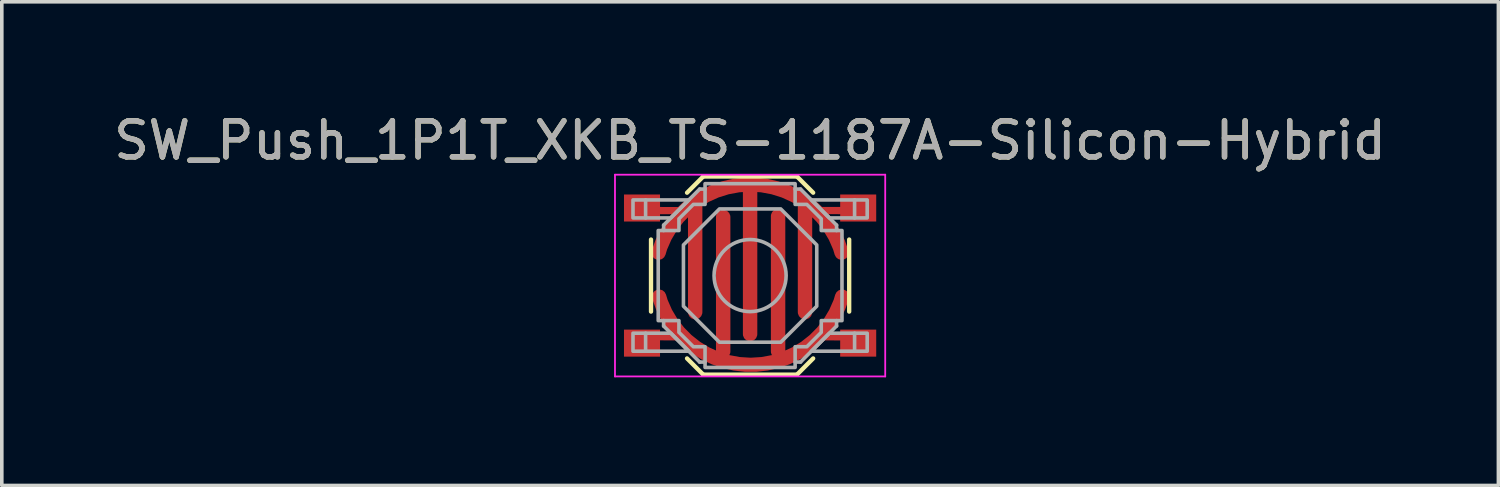
<source format=kicad_pcb>
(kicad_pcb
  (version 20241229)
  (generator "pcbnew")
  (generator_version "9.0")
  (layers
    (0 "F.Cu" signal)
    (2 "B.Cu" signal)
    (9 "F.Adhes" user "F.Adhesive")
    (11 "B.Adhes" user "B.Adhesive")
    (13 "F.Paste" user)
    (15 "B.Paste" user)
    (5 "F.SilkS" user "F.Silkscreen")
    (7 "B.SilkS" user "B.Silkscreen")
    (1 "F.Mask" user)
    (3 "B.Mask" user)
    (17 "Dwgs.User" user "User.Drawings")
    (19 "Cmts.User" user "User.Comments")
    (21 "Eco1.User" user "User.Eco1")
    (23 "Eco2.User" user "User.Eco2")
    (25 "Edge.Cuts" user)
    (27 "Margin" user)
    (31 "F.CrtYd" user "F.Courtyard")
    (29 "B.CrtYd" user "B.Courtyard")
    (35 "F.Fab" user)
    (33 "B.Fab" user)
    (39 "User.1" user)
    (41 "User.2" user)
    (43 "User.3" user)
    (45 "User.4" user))
  (footprint "SW_Push_1P1T_XKB_TS-1187A-Silicon-Hybrid"
    (layer "F.Cu")
    (at 17.768 4.598)
    (property "Reference" "SW_Push_1P1T_XKB_TS-1187A-Silicon-Hybrid" (at 0 -3.75 0) (layer "F.SilkS") (effects (font (size 1 1) (thickness 0.15))))
    (attr smd)
    (fp_line (start -2.75 -1) (end -2.75 1) (stroke (width 0.12) (type solid)) (layer "F.SilkS"))
    (fp_line (start -1.75 -2.3) (end -1.3 -2.75) (stroke (width 0.12) (type solid)) (layer "F.SilkS"))
    (fp_line (start -1.75 2.3) (end -1.3 2.75) (stroke (width 0.12) (type solid)) (layer "F.SilkS"))
    (fp_line (start -1.3 -2.75) (end 1.3 -2.75) (stroke (width 0.12) (type solid)) (layer "F.SilkS"))
    (fp_line (start -1.3 2.75) (end 1.3 2.75) (stroke (width 0.12) (type solid)) (layer "F.SilkS"))
    (fp_line (start 1.75 -2.3) (end 1.3 -2.75) (stroke (width 0.12) (type solid)) (layer "F.SilkS"))
    (fp_line (start 1.75 2.3) (end 1.3 2.75) (stroke (width 0.12) (type solid)) (layer "F.SilkS"))
    (fp_line (start 2.75 -1) (end 2.75 1) (stroke (width 0.12) (type solid)) (layer "F.SilkS"))
    (fp_line (start -3.75 -2.8) (end 3.75 -2.8) (stroke (width 0.05) (type solid)) (layer "F.CrtYd"))
    (fp_line (start -3.75 2.8) (end -3.75 -2.8) (stroke (width 0.05) (type solid)) (layer "F.CrtYd"))
    (fp_line (start 3.75 -2.8) (end 3.75 2.8) (stroke (width 0.05) (type solid)) (layer "F.CrtYd"))
    (fp_line (start 3.75 2.8) (end -3.75 2.8) (stroke (width 0.05) (type solid)) (layer "F.CrtYd"))
    (fp_line (start -2.9 -2.1) (end -2.9 -1.6) (stroke (width 0.1) (type solid)) (layer "F.Fab"))
    (fp_line (start -2.9 2.1) (end -2.9 1.6) (stroke (width 0.1) (type solid)) (layer "F.Fab"))
    (fp_line (start -2.4 -1.4) (end -1.4 -2.4) (stroke (width 0.1) (type solid)) (layer "F.Fab"))
    (fp_line (start -2.4 -1.25) (end -2.4 -1.4) (stroke (width 0.1) (type solid)) (layer "F.Fab"))
    (fp_line (start -2.4 1.4) (end -2.4 1.25) (stroke (width 0.1) (type solid)) (layer "F.Fab"))
    (fp_line (start -1.4 -2.4) (end -1.25 -2.4) (stroke (width 0.1) (type solid)) (layer "F.Fab"))
    (fp_line (start -1.4 2.4) (end -2.4 1.4) (stroke (width 0.1) (type solid)) (layer "F.Fab"))
    (fp_line (start -1.25 2.4) (end -1.4 2.4) (stroke (width 0.1) (type solid)) (layer "F.Fab"))
    (fp_line (start 1.25 -2.4) (end 1.4 -2.4) (stroke (width 0.1) (type solid)) (layer "F.Fab"))
    (fp_line (start 1.4 -2.4) (end 2.4 -1.4) (stroke (width 0.1) (type solid)) (layer "F.Fab"))
    (fp_line (start 1.4 2.4) (end 1.25 2.4) (stroke (width 0.1) (type solid)) (layer "F.Fab"))
    (fp_line (start 2.4 -1.4) (end 2.4 -1.25) (stroke (width 0.1) (type solid)) (layer "F.Fab"))
    (fp_line (start 2.4 1.25) (end 2.4 1.4) (stroke (width 0.1) (type solid)) (layer "F.Fab"))
    (fp_line (start 2.4 1.4) (end 1.4 2.4) (stroke (width 0.1) (type solid)) (layer "F.Fab"))
    (fp_line (start 2.9 -2.1) (end 2.9 -1.6) (stroke (width 0.1) (type solid)) (layer "F.Fab"))
    (fp_line (start 2.9 2.1) (end 2.9 1.6) (stroke (width 0.1) (type solid)) (layer "F.Fab"))
    (fp_circle (center 0 0) (end 1 0) (stroke (width 0.1) (type solid)) (fill no) (layer "F.Fab"))
    (fp_poly (pts (xy -1.7 -2.1) (xy -2.2 -1.6) (xy -3.25 -1.6) (xy -3.25 -2.1)) (stroke (width 0.1) (type solid)) (fill no) (layer "F.Fab"))
    (fp_poly (pts (xy -1.7 2.1) (xy -2.2 1.6) (xy -3.25 1.6) (xy -3.25 2.1)) (stroke (width 0.1) (type solid)) (fill no) (layer "F.Fab"))
    (fp_poly (pts (xy 1.7 -2.1) (xy 2.2 -1.6) (xy 3.25 -1.6) (xy 3.25 -2.1)) (stroke (width 0.1) (type solid)) (fill no) (layer "F.Fab"))
    (fp_poly (pts (xy 1.7 2.1) (xy 2.2 1.6) (xy 3.25 1.6) (xy 3.25 2.1)) (stroke (width 0.1) (type solid)) (fill no) (layer "F.Fab"))
    (fp_poly (pts (xy 0.85 -1.85) (xy 1.85 -0.85) (xy 1.85 0.85) (xy 0.85 1.85) (xy -0.85 1.85) (xy -1.85 0.85) (xy -1.85 -0.85) (xy -0.85 -1.85)) (stroke (width 0.1) (type solid)) (fill no) (layer "F.Fab"))
    (fp_poly (pts (xy -1.25 -2.55) (xy 1.25 -2.55) (xy 1.25 -1.975) (xy 1.575 -1.975) (xy 1.975 -1.575) (xy 1.975 -1.25) (xy 2.55 -1.25) (xy 2.55 1.25) (xy 1.975 1.25) (xy 1.975 1.575) (xy 1.575 1.975) (xy 1.25 1.975) (xy 1.25 2.55) (xy -1.25 2.55) (xy -1.25 1.975) (xy -1.575 1.975) (xy -1.975 1.575) (xy -1.975 1.25) (xy -2.55 1.25) (xy -2.55 -1.25) (xy -1.975 -1.25) (xy -1.975 -1.575) (xy -1.575 -1.975) (xy -1.25 -1.975)) (stroke (width 0.1) (type solid)) (fill no) (layer "F.Fab"))
    (fp_text user "${REFERENCE}" (at 0 -3.75 0) (layer "F.Fab") (effects (font (size 1 1) (thickness 0.15))))
    (pad "1" smd rect (at -3 -1.875) (size 1 0.75) (layers "F.Cu" "F.Mask" "F.Paste"))
    (pad "1" smd custom (at 0 -2.286) (size 0.2 0.2) (layers "F.Cu" "F.Mask") (options (anchor rect)) (primitives (gr_line (start 0 -0.239) (end 0 3.912) (width 0.4)) (gr_arc (start -2.539999 1.651) (mid 0 -0.238837) (end 2.539999 1.651) (width 0.4)) (gr_line (start -3.024 0.481) (end -1.976 0.483) (width 0.2)) (gr_line (start -1.524 0.381) (end -1.524 3.302) (width 0.4)) (gr_line (start 1.524 0.381) (end 1.524 3.302) (width 0.4)) (gr_line (start 1.976 0.481) (end 3.024 0.483) (width 0.2))))
    (pad "1" smd rect (at 3 -1.875) (size 1 0.75) (layers "F.Cu" "F.Mask" "F.Paste"))
    (pad "2" smd rect (at -3 1.875) (size 1 0.75) (layers "F.Cu" "F.Mask" "F.Paste"))
    (pad "2" smd custom (at 0 2.565) (size 0.2 0.2) (layers "F.Cu" "F.Mask") (options (anchor rect)) (primitives (gr_arc (start 2.554599 -1.979737) (mid 0.0146 -0.0899) (end -2.525399 -1.979737) (width 0.4)) (gr_line (start 1.982 -0.867) (end 3.047 -0.86) (width 0.2)) (gr_line (start 0.777 -0.456) (end 0.777 -4.216) (width 0.4)) (gr_line (start -0.747 -0.456) (end -0.747 -4.191) (width 0.4)) (gr_line (start -3.018 -0.87) (end -1.953 -0.864) (width 0.2))))
    (pad "2" smd rect (at 3 1.875) (size 1 0.75) (layers "F.Cu" "F.Mask" "F.Paste")))
  (gr_rect
    (start -3 -3)
    (end 38.536 10.423)
    (stroke (width 0.1) (type default))
    (fill no)
    (layer "Edge.Cuts")))
</source>
